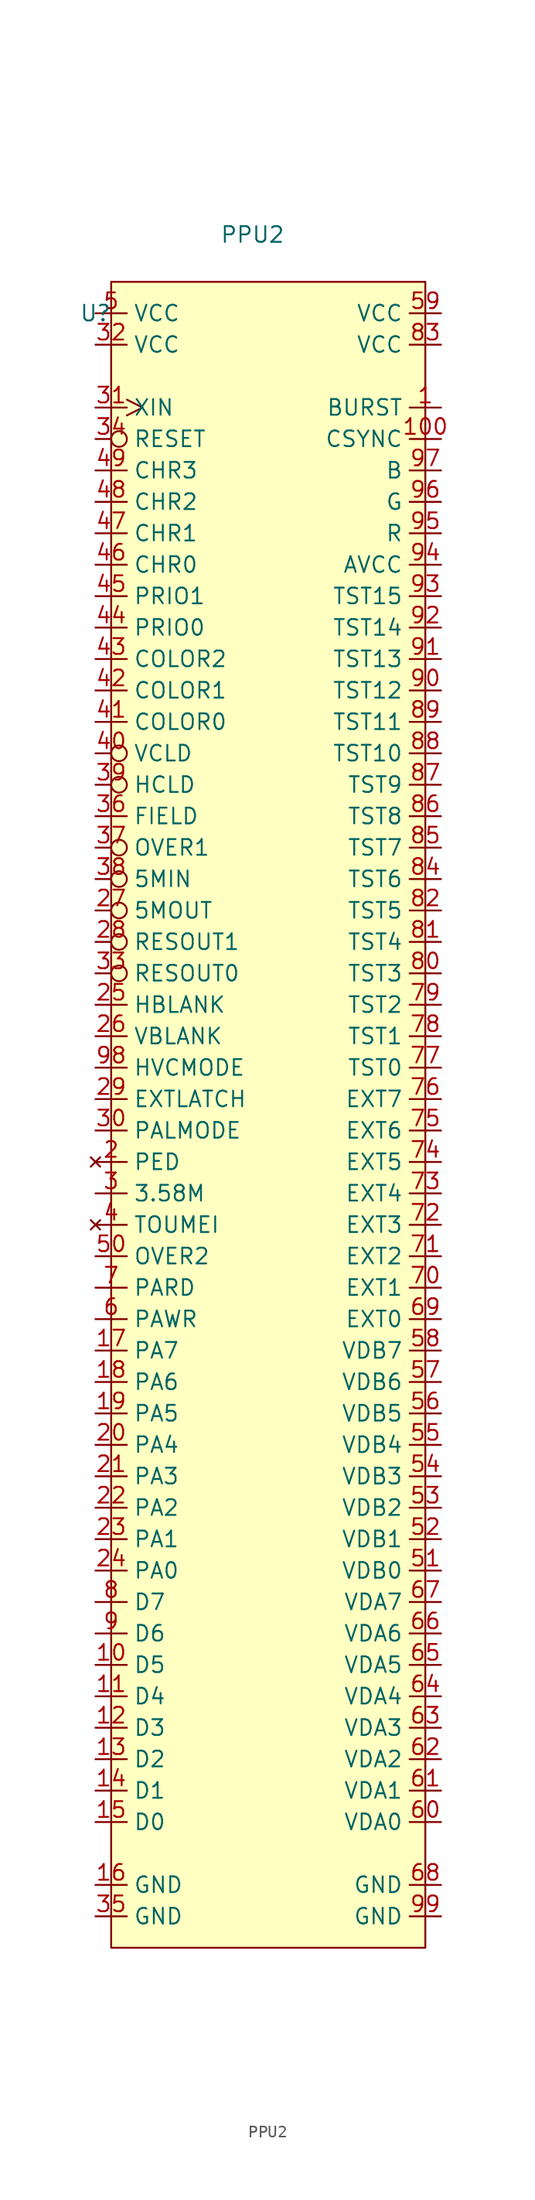
<source format=kicad_sym>
(kicad_symbol_lib
  (version 20211014)
  (generator kicad_symbol_editor)
  (symbol "PPU2"
    (property "Reference" "U"
      (at -12.7 1.27 0)
      (effects (font (size 1.27 1.27))))
    (property "Value" "PPU2"
      (at 0 7.62 0)
      (effects (font (size 1.27 1.27))))
    (symbol "PPU2_0_0"
      (pin output line (at 15.24 -6.35 180) (length 2.54) (name "BURST" (effects (font (size 1.27 1.27)))) (number "1" (effects (font (size 1.27 1.27)))))
      (pin bidirectional line (at -12.7 -107.95 0) (length 2.54) (name "D5" (effects (font (size 1.27 1.27)))) (number "10" (effects (font (size 1.27 1.27)))))
      (pin output line (at 15.24 -8.89 180) (length 2.54) (name "CSYNC" (effects (font (size 1.27 1.27)))) (number "100" (effects (font (size 1.27 1.27)))))
      (pin bidirectional line (at -12.7 -110.49 0) (length 2.54) (name "D4" (effects (font (size 1.27 1.27)))) (number "11" (effects (font (size 1.27 1.27)))))
      (pin bidirectional line (at -12.7 -113.03 0) (length 2.54) (name "D3" (effects (font (size 1.27 1.27)))) (number "12" (effects (font (size 1.27 1.27)))))
      (pin bidirectional line (at -12.7 -115.57 0) (length 2.54) (name "D2" (effects (font (size 1.27 1.27)))) (number "13" (effects (font (size 1.27 1.27)))))
      (pin bidirectional line (at -12.7 -118.11 0) (length 2.54) (name "D1" (effects (font (size 1.27 1.27)))) (number "14" (effects (font (size 1.27 1.27)))))
      (pin bidirectional line (at -12.7 -120.65 0) (length 2.54) (name "D0" (effects (font (size 1.27 1.27)))) (number "15" (effects (font (size 1.27 1.27)))))
      (pin power_in line (at -12.7 -125.73 0) (length 2.54) (name "GND" (effects (font (size 1.27 1.27)))) (number "16" (effects (font (size 1.27 1.27)))))
      (pin input line (at -12.7 -82.55 0) (length 2.54) (name "PA7" (effects (font (size 1.27 1.27)))) (number "17" (effects (font (size 1.27 1.27)))))
      (pin input line (at -12.7 -85.09 0) (length 2.54) (name "PA6" (effects (font (size 1.27 1.27)))) (number "18" (effects (font (size 1.27 1.27)))))
      (pin input line (at -12.7 -87.63 0) (length 2.54) (name "PA5" (effects (font (size 1.27 1.27)))) (number "19" (effects (font (size 1.27 1.27)))))
      (pin no_connect line (at -12.7 -67.31 0) (length 2.54) (name "PED" (effects (font (size 1.27 1.27)))) (number "2" (effects (font (size 1.27 1.27)))))
      (pin input line (at -12.7 -90.17 0) (length 2.54) (name "PA4" (effects (font (size 1.27 1.27)))) (number "20" (effects (font (size 1.27 1.27)))))
      (pin input line (at -12.7 -92.71 0) (length 2.54) (name "PA3" (effects (font (size 1.27 1.27)))) (number "21" (effects (font (size 1.27 1.27)))))
      (pin input line (at -12.7 -95.25 0) (length 2.54) (name "PA2" (effects (font (size 1.27 1.27)))) (number "22" (effects (font (size 1.27 1.27)))))
      (pin input line (at -12.7 -97.79 0) (length 2.54) (name "PA1" (effects (font (size 1.27 1.27)))) (number "23" (effects (font (size 1.27 1.27)))))
      (pin input line (at -12.7 -100.33 0) (length 2.54) (name "PA0" (effects (font (size 1.27 1.27)))) (number "24" (effects (font (size 1.27 1.27)))))
      (pin output line (at -12.7 -54.61 0) (length 2.54) (name "HBLANK" (effects (font (size 1.27 1.27)))) (number "25" (effects (font (size 1.27 1.27)))))
      (pin output line (at -12.7 -57.15 0) (length 2.54) (name "VBLANK" (effects (font (size 1.27 1.27)))) (number "26" (effects (font (size 1.27 1.27)))))
      (pin output inverted (at -12.7 -46.99 0) (length 2.54) (name "5MOUT" (effects (font (size 1.27 1.27)))) (number "27" (effects (font (size 1.27 1.27)))))
      (pin output inverted (at -12.7 -49.53 0) (length 2.54) (name "RESOUT1" (effects (font (size 1.27 1.27)))) (number "28" (effects (font (size 1.27 1.27)))))
      (pin bidirectional line (at -12.7 -62.23 0) (length 2.54) (name "EXTLATCH" (effects (font (size 1.27 1.27)))) (number "29" (effects (font (size 1.27 1.27)))))
      (pin output line (at -12.7 -69.85 0) (length 2.54) (name "3.58M" (effects (font (size 1.27 1.27)))) (number "3" (effects (font (size 1.27 1.27)))))
      (pin input line (at -12.7 -64.77 0) (length 2.54) (name "PALMODE" (effects (font (size 1.27 1.27)))) (number "30" (effects (font (size 1.27 1.27)))))
      (pin input clock (at -12.7 -6.35 0) (length 2.54) (name "XIN" (effects (font (size 1.27 1.27)))) (number "31" (effects (font (size 1.27 1.27)))))
      (pin power_in line (at -12.7 -1.27 0) (length 2.54) (name "VCC" (effects (font (size 1.27 1.27)))) (number "32" (effects (font (size 1.27 1.27)))))
      (pin output inverted (at -12.7 -52.07 0) (length 2.54) (name "RESOUT0" (effects (font (size 1.27 1.27)))) (number "33" (effects (font (size 1.27 1.27)))))
      (pin input inverted (at -12.7 -8.89 0) (length 2.54) (name "RESET" (effects (font (size 1.27 1.27)))) (number "34" (effects (font (size 1.27 1.27)))))
      (pin power_in line (at -12.7 -128.27 0) (length 2.54) (name "GND" (effects (font (size 1.27 1.27)))) (number "35" (effects (font (size 1.27 1.27)))))
      (pin unspecified line (at -12.7 -39.37 0) (length 2.54) (name "FIELD" (effects (font (size 1.27 1.27)))) (number "36" (effects (font (size 1.27 1.27)))))
      (pin unspecified inverted (at -12.7 -41.91 0) (length 2.54) (name "OVER1" (effects (font (size 1.27 1.27)))) (number "37" (effects (font (size 1.27 1.27)))))
      (pin input inverted (at -12.7 -44.45 0) (length 2.54) (name "5MIN" (effects (font (size 1.27 1.27)))) (number "38" (effects (font (size 1.27 1.27)))))
      (pin unspecified inverted (at -12.7 -36.83 0) (length 2.54) (name "HCLD" (effects (font (size 1.27 1.27)))) (number "39" (effects (font (size 1.27 1.27)))))
      (pin no_connect line (at -12.7 -72.39 0) (length 2.54) (name "TOUMEI" (effects (font (size 1.27 1.27)))) (number "4" (effects (font (size 1.27 1.27)))))
      (pin unspecified inverted (at -12.7 -34.29 0) (length 2.54) (name "VCLD" (effects (font (size 1.27 1.27)))) (number "40" (effects (font (size 1.27 1.27)))))
      (pin unspecified line (at -12.7 -31.75 0) (length 2.54) (name "COLOR0" (effects (font (size 1.27 1.27)))) (number "41" (effects (font (size 1.27 1.27)))))
      (pin unspecified line (at -12.7 -29.21 0) (length 2.54) (name "COLOR1" (effects (font (size 1.27 1.27)))) (number "42" (effects (font (size 1.27 1.27)))))
      (pin unspecified line (at -12.7 -26.67 0) (length 2.54) (name "COLOR2" (effects (font (size 1.27 1.27)))) (number "43" (effects (font (size 1.27 1.27)))))
      (pin unspecified line (at -12.7 -24.13 0) (length 2.54) (name "PRIO0" (effects (font (size 1.27 1.27)))) (number "44" (effects (font (size 1.27 1.27)))))
      (pin unspecified line (at -12.7 -21.59 0) (length 2.54) (name "PRIO1" (effects (font (size 1.27 1.27)))) (number "45" (effects (font (size 1.27 1.27)))))
      (pin unspecified line (at -12.7 -19.05 0) (length 2.54) (name "CHR0" (effects (font (size 1.27 1.27)))) (number "46" (effects (font (size 1.27 1.27)))))
      (pin unspecified line (at -12.7 -16.51 0) (length 2.54) (name "CHR1" (effects (font (size 1.27 1.27)))) (number "47" (effects (font (size 1.27 1.27)))))
      (pin unspecified line (at -12.7 -13.97 0) (length 2.54) (name "CHR2" (effects (font (size 1.27 1.27)))) (number "48" (effects (font (size 1.27 1.27)))))
      (pin unspecified line (at -12.7 -11.43 0) (length 2.54) (name "CHR3" (effects (font (size 1.27 1.27)))) (number "49" (effects (font (size 1.27 1.27)))))
      (pin power_in line (at -12.7 1.27 0) (length 2.54) (name "VCC" (effects (font (size 1.27 1.27)))) (number "5" (effects (font (size 1.27 1.27)))))
      (pin input line (at -12.7 -74.93 0) (length 2.54) (name "OVER2" (effects (font (size 1.27 1.27)))) (number "50" (effects (font (size 1.27 1.27)))))
      (pin bidirectional line (at 15.24 -100.33 180) (length 2.54) (name "VDB0" (effects (font (size 1.27 1.27)))) (number "51" (effects (font (size 1.27 1.27)))))
      (pin bidirectional line (at 15.24 -97.79 180) (length 2.54) (name "VDB1" (effects (font (size 1.27 1.27)))) (number "52" (effects (font (size 1.27 1.27)))))
      (pin bidirectional line (at 15.24 -95.25 180) (length 2.54) (name "VDB2" (effects (font (size 1.27 1.27)))) (number "53" (effects (font (size 1.27 1.27)))))
      (pin bidirectional line (at 15.24 -92.71 180) (length 2.54) (name "VDB3" (effects (font (size 1.27 1.27)))) (number "54" (effects (font (size 1.27 1.27)))))
      (pin bidirectional line (at 15.24 -90.17 180) (length 2.54) (name "VDB4" (effects (font (size 1.27 1.27)))) (number "55" (effects (font (size 1.27 1.27)))))
      (pin bidirectional line (at 15.24 -87.63 180) (length 2.54) (name "VDB5" (effects (font (size 1.27 1.27)))) (number "56" (effects (font (size 1.27 1.27)))))
      (pin bidirectional line (at 15.24 -85.09 180) (length 2.54) (name "VDB6" (effects (font (size 1.27 1.27)))) (number "57" (effects (font (size 1.27 1.27)))))
      (pin bidirectional line (at 15.24 -82.55 180) (length 2.54) (name "VDB7" (effects (font (size 1.27 1.27)))) (number "58" (effects (font (size 1.27 1.27)))))
      (pin power_in line (at 15.24 1.27 180) (length 2.54) (name "VCC" (effects (font (size 1.27 1.27)))) (number "59" (effects (font (size 1.27 1.27)))))
      (pin input line (at -12.7 -80.01 0) (length 2.54) (name "PAWR" (effects (font (size 1.27 1.27)))) (number "6" (effects (font (size 1.27 1.27)))))
      (pin bidirectional line (at 15.24 -120.65 180) (length 2.54) (name "VDA0" (effects (font (size 1.27 1.27)))) (number "60" (effects (font (size 1.27 1.27)))))
      (pin bidirectional line (at 15.24 -118.11 180) (length 2.54) (name "VDA1" (effects (font (size 1.27 1.27)))) (number "61" (effects (font (size 1.27 1.27)))))
      (pin bidirectional line (at 15.24 -115.57 180) (length 2.54) (name "VDA2" (effects (font (size 1.27 1.27)))) (number "62" (effects (font (size 1.27 1.27)))))
      (pin bidirectional line (at 15.24 -113.03 180) (length 2.54) (name "VDA3" (effects (font (size 1.27 1.27)))) (number "63" (effects (font (size 1.27 1.27)))))
      (pin bidirectional line (at 15.24 -110.49 180) (length 2.54) (name "VDA4" (effects (font (size 1.27 1.27)))) (number "64" (effects (font (size 1.27 1.27)))))
      (pin bidirectional line (at 15.24 -107.95 180) (length 2.54) (name "VDA5" (effects (font (size 1.27 1.27)))) (number "65" (effects (font (size 1.27 1.27)))))
      (pin bidirectional line (at 15.24 -105.41 180) (length 2.54) (name "VDA6" (effects (font (size 1.27 1.27)))) (number "66" (effects (font (size 1.27 1.27)))))
      (pin bidirectional line (at 15.24 -102.87 180) (length 2.54) (name "VDA7" (effects (font (size 1.27 1.27)))) (number "67" (effects (font (size 1.27 1.27)))))
      (pin power_in line (at 15.24 -125.73 180) (length 2.54) (name "GND" (effects (font (size 1.27 1.27)))) (number "68" (effects (font (size 1.27 1.27)))))
      (pin input line (at 15.24 -80.01 180) (length 2.54) (name "EXT0" (effects (font (size 1.27 1.27)))) (number "69" (effects (font (size 1.27 1.27)))))
      (pin input line (at -12.7 -77.47 0) (length 2.54) (name "PARD" (effects (font (size 1.27 1.27)))) (number "7" (effects (font (size 1.27 1.27)))))
      (pin input line (at 15.24 -77.47 180) (length 2.54) (name "EXT1" (effects (font (size 1.27 1.27)))) (number "70" (effects (font (size 1.27 1.27)))))
      (pin input line (at 15.24 -74.93 180) (length 2.54) (name "EXT2" (effects (font (size 1.27 1.27)))) (number "71" (effects (font (size 1.27 1.27)))))
      (pin input line (at 15.24 -72.39 180) (length 2.54) (name "EXT3" (effects (font (size 1.27 1.27)))) (number "72" (effects (font (size 1.27 1.27)))))
      (pin input line (at 15.24 -69.85 180) (length 2.54) (name "EXT4" (effects (font (size 1.27 1.27)))) (number "73" (effects (font (size 1.27 1.27)))))
      (pin input line (at 15.24 -67.31 180) (length 2.54) (name "EXT5" (effects (font (size 1.27 1.27)))) (number "74" (effects (font (size 1.27 1.27)))))
      (pin input line (at 15.24 -64.77 180) (length 2.54) (name "EXT6" (effects (font (size 1.27 1.27)))) (number "75" (effects (font (size 1.27 1.27)))))
      (pin input line (at 15.24 -62.23 180) (length 2.54) (name "EXT7" (effects (font (size 1.27 1.27)))) (number "76" (effects (font (size 1.27 1.27)))))
      (pin input line (at 15.24 -59.69 180) (length 2.54) (name "TST0" (effects (font (size 1.27 1.27)))) (number "77" (effects (font (size 1.27 1.27)))))
      (pin input line (at 15.24 -57.15 180) (length 2.54) (name "TST1" (effects (font (size 1.27 1.27)))) (number "78" (effects (font (size 1.27 1.27)))))
      (pin input line (at 15.24 -54.61 180) (length 2.54) (name "TST2" (effects (font (size 1.27 1.27)))) (number "79" (effects (font (size 1.27 1.27)))))
      (pin bidirectional line (at -12.7 -102.87 0) (length 2.54) (name "D7" (effects (font (size 1.27 1.27)))) (number "8" (effects (font (size 1.27 1.27)))))
      (pin input line (at 15.24 -52.07 180) (length 2.54) (name "TST3" (effects (font (size 1.27 1.27)))) (number "80" (effects (font (size 1.27 1.27)))))
      (pin input line (at 15.24 -49.53 180) (length 2.54) (name "TST4" (effects (font (size 1.27 1.27)))) (number "81" (effects (font (size 1.27 1.27)))))
      (pin input line (at 15.24 -46.99 180) (length 2.54) (name "TST5" (effects (font (size 1.27 1.27)))) (number "82" (effects (font (size 1.27 1.27)))))
      (pin power_in line (at 15.24 -1.27 180) (length 2.54) (name "VCC" (effects (font (size 1.27 1.27)))) (number "83" (effects (font (size 1.27 1.27)))))
      (pin input line (at 15.24 -44.45 180) (length 2.54) (name "TST6" (effects (font (size 1.27 1.27)))) (number "84" (effects (font (size 1.27 1.27)))))
      (pin input line (at 15.24 -41.91 180) (length 2.54) (name "TST7" (effects (font (size 1.27 1.27)))) (number "85" (effects (font (size 1.27 1.27)))))
      (pin input line (at 15.24 -39.37 180) (length 2.54) (name "TST8" (effects (font (size 1.27 1.27)))) (number "86" (effects (font (size 1.27 1.27)))))
      (pin input line (at 15.24 -36.83 180) (length 2.54) (name "TST9" (effects (font (size 1.27 1.27)))) (number "87" (effects (font (size 1.27 1.27)))))
      (pin input line (at 15.24 -34.29 180) (length 2.54) (name "TST10" (effects (font (size 1.27 1.27)))) (number "88" (effects (font (size 1.27 1.27)))))
      (pin input line (at 15.24 -31.75 180) (length 2.54) (name "TST11" (effects (font (size 1.27 1.27)))) (number "89" (effects (font (size 1.27 1.27)))))
      (pin bidirectional line (at -12.7 -105.41 0) (length 2.54) (name "D6" (effects (font (size 1.27 1.27)))) (number "9" (effects (font (size 1.27 1.27)))))
      (pin input line (at 15.24 -29.21 180) (length 2.54) (name "TST12" (effects (font (size 1.27 1.27)))) (number "90" (effects (font (size 1.27 1.27)))))
      (pin input line (at 15.24 -26.67 180) (length 2.54) (name "TST13" (effects (font (size 1.27 1.27)))) (number "91" (effects (font (size 1.27 1.27)))))
      (pin input line (at 15.24 -24.13 180) (length 2.54) (name "TST14" (effects (font (size 1.27 1.27)))) (number "92" (effects (font (size 1.27 1.27)))))
      (pin unspecified line (at 15.24 -21.59 180) (length 2.54) (name "TST15" (effects (font (size 1.27 1.27)))) (number "93" (effects (font (size 1.27 1.27)))))
      (pin unspecified line (at 15.24 -19.05 180) (length 2.54) (name "AVCC" (effects (font (size 1.27 1.27)))) (number "94" (effects (font (size 1.27 1.27)))))
      (pin output line (at 15.24 -16.51 180) (length 2.54) (name "R" (effects (font (size 1.27 1.27)))) (number "95" (effects (font (size 1.27 1.27)))))
      (pin output line (at 15.24 -13.97 180) (length 2.54) (name "G" (effects (font (size 1.27 1.27)))) (number "96" (effects (font (size 1.27 1.27)))))
      (pin output line (at 15.24 -11.43 180) (length 2.54) (name "B" (effects (font (size 1.27 1.27)))) (number "97" (effects (font (size 1.27 1.27)))))
      (pin input line (at -12.7 -59.69 0) (length 2.54) (name "HVCMODE" (effects (font (size 1.27 1.27)))) (number "98" (effects (font (size 1.27 1.27)))))
      (pin power_in line (at 15.24 -128.27 180) (length 2.54) (name "GND" (effects (font (size 1.27 1.27)))) (number "99" (effects (font (size 1.27 1.27))))))
    (symbol "PPU2_0_1"
      (rectangle (start -11.43 3.81) (end 13.97 -130.81) (stroke (width 0) (type default) (color 0 0 0 0)) (fill (type background))))))
</source>
